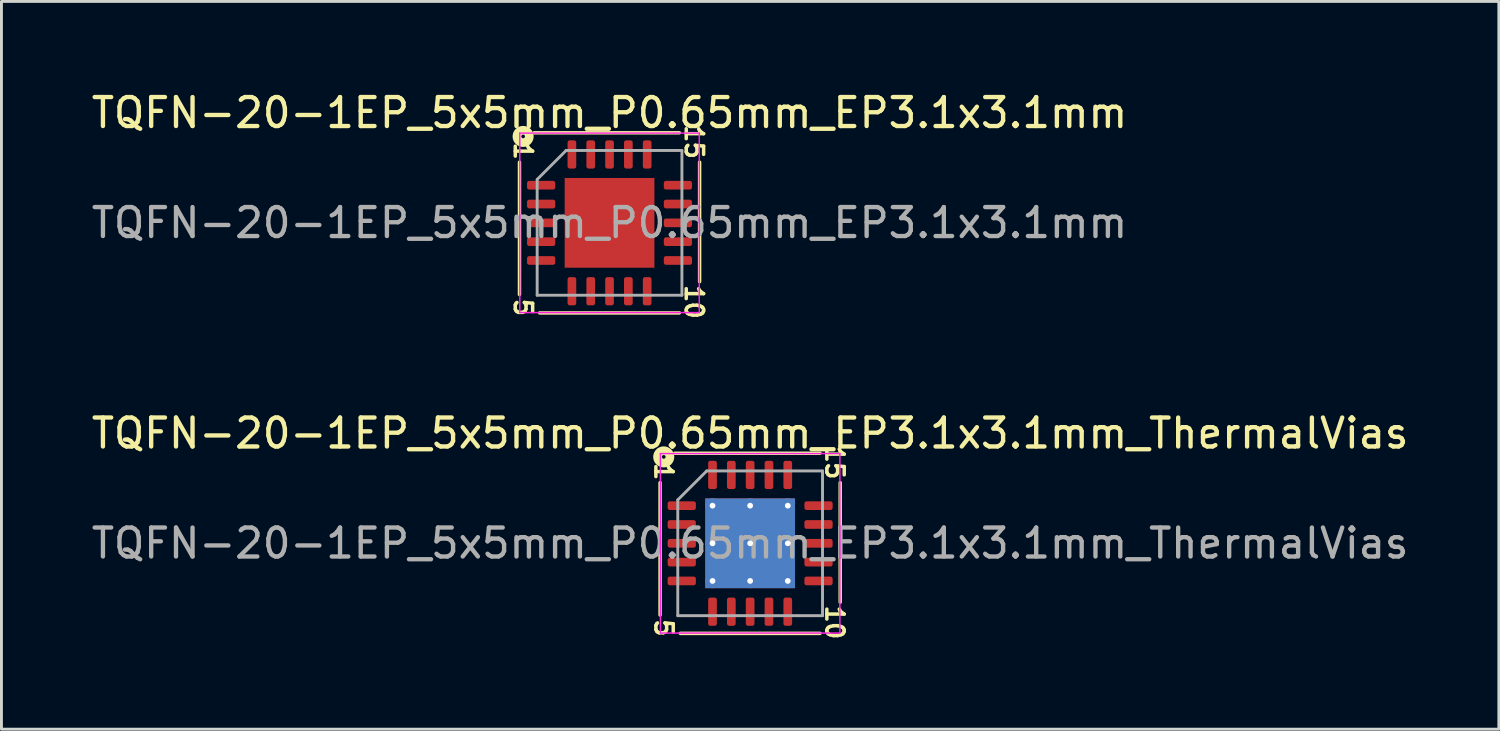
<source format=kicad_pcb>
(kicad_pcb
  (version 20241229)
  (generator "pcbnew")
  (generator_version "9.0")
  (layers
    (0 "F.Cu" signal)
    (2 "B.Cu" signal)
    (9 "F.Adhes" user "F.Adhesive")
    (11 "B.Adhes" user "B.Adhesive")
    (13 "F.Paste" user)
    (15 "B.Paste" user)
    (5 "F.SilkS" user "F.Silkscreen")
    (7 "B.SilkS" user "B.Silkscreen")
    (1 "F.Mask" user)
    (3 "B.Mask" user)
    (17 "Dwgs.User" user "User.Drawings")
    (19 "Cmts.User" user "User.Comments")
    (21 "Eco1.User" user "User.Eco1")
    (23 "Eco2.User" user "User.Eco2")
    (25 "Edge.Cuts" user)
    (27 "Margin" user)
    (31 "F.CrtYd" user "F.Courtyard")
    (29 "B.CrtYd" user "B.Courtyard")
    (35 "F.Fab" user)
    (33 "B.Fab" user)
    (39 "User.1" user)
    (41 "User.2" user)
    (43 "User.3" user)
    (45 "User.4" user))
  (footprint "TQFN-20-1EP_5x5mm_P0.65mm_EP3.1x3.1mm"
    (layer "F.Cu")
    (at 18.006 4.648)
    (property "Reference" "TQFN-20-1EP_5x5mm_P0.65mm_EP3.1x3.1mm" (at 0 -3.8 0) (layer "F.SilkS") (effects (font (size 1 1) (thickness 0.15))))
    (attr smd)
    (fp_line (start -3.111 -2.095) (end -3.111 2.477) (stroke (width 0.12) (type solid)) (layer "F.SilkS"))
    (fp_line (start -2.413 3.111) (end 2.413 3.111) (stroke (width 0.12) (type solid)) (layer "F.SilkS"))
    (fp_line (start 2.413 -3.111) (end -2.603 -3.111) (stroke (width 0.12) (type solid)) (layer "F.SilkS"))
    (fp_line (start 3.111 2.032) (end 3.111 -2.095) (stroke (width 0.12) (type solid)) (layer "F.SilkS"))
    (fp_circle (center -2.985 -2.985) (end -2.921 -2.985) (stroke (width 0.3) (type solid)) (fill no) (layer "F.SilkS"))
    (fp_line (start -3.1 -3.1) (end -3.1 3.1) (stroke (width 0.05) (type solid)) (layer "F.CrtYd"))
    (fp_line (start -3.1 3.1) (end 3.1 3.1) (stroke (width 0.05) (type solid)) (layer "F.CrtYd"))
    (fp_line (start 3.1 -3.1) (end -3.1 -3.1) (stroke (width 0.05) (type solid)) (layer "F.CrtYd"))
    (fp_line (start 3.1 3.1) (end 3.1 -3.1) (stroke (width 0.05) (type solid)) (layer "F.CrtYd"))
    (fp_line (start -2.5 -1.5) (end -1.5 -2.5) (stroke (width 0.1) (type solid)) (layer "F.Fab"))
    (fp_line (start -2.5 2.5) (end -2.5 -1.5) (stroke (width 0.1) (type solid)) (layer "F.Fab"))
    (fp_line (start -1.5 -2.5) (end 2.5 -2.5) (stroke (width 0.1) (type solid)) (layer "F.Fab"))
    (fp_line (start 2.5 -2.5) (end 2.5 2.5) (stroke (width 0.1) (type solid)) (layer "F.Fab"))
    (fp_line (start 2.5 2.5) (end -2.5 2.5) (stroke (width 0.1) (type solid)) (layer "F.Fab"))
    (fp_text user "10" (at 2.921 2.731 270) (unlocked yes) (layer "F.SilkS") (effects (font (size 0.6 0.6) (thickness 0.12))))
    (fp_text user "1" (at -2.985 -2.477 270) (unlocked yes) (layer "F.SilkS") (effects (font (size 0.6 0.6) (thickness 0.12))))
    (fp_text user "15" (at 2.921 -2.794 270) (unlocked yes) (layer "F.SilkS") (effects (font (size 0.6 0.6) (thickness 0.12))))
    (fp_text user "5" (at -2.985 2.921 270) (unlocked yes) (layer "F.SilkS") (effects (font (size 0.6 0.6) (thickness 0.12))))
    (fp_text user "${REFERENCE}" (at 0 0 0) (layer "F.Fab") (effects (font (size 1 1) (thickness 0.15))))
    (pad "" smd roundrect (at -0.775 -0.775) (size 1.25 1.25) (layers "F.Paste") (roundrect_rratio 0.2))
    (pad "" smd roundrect (at -0.775 0.775) (size 1.25 1.25) (layers "F.Paste") (roundrect_rratio 0.2))
    (pad "" smd roundrect (at 0.775 -0.775) (size 1.25 1.25) (layers "F.Paste") (roundrect_rratio 0.2))
    (pad "" smd roundrect (at 0.775 0.775) (size 1.25 1.25) (layers "F.Paste") (roundrect_rratio 0.2))
    (pad "1" smd roundrect (at -2.362 -1.3) (size 0.975 0.3) (layers "F.Cu" "F.Mask" "F.Paste") (roundrect_rratio 0.25))
    (pad "2" smd roundrect (at -2.362 -0.65) (size 0.975 0.3) (layers "F.Cu" "F.Mask" "F.Paste") (roundrect_rratio 0.25))
    (pad "3" smd roundrect (at -2.362 0) (size 0.975 0.3) (layers "F.Cu" "F.Mask" "F.Paste") (roundrect_rratio 0.25))
    (pad "4" smd roundrect (at -2.362 0.65) (size 0.975 0.3) (layers "F.Cu" "F.Mask" "F.Paste") (roundrect_rratio 0.25))
    (pad "5" smd roundrect (at -2.362 1.3) (size 0.975 0.3) (layers "F.Cu" "F.Mask" "F.Paste") (roundrect_rratio 0.25))
    (pad "6" smd roundrect (at -1.3 2.362) (size 0.3 0.975) (layers "F.Cu" "F.Mask" "F.Paste") (roundrect_rratio 0.25))
    (pad "7" smd roundrect (at -0.65 2.362) (size 0.3 0.975) (layers "F.Cu" "F.Mask" "F.Paste") (roundrect_rratio 0.25))
    (pad "8" smd roundrect (at 0 2.362) (size 0.3 0.975) (layers "F.Cu" "F.Mask" "F.Paste") (roundrect_rratio 0.25))
    (pad "9" smd roundrect (at 0.65 2.362) (size 0.3 0.975) (layers "F.Cu" "F.Mask" "F.Paste") (roundrect_rratio 0.25))
    (pad "10" smd roundrect (at 1.3 2.362) (size 0.3 0.975) (layers "F.Cu" "F.Mask" "F.Paste") (roundrect_rratio 0.25))
    (pad "11" smd roundrect (at 2.362 1.3) (size 0.975 0.3) (layers "F.Cu" "F.Mask" "F.Paste") (roundrect_rratio 0.25))
    (pad "12" smd roundrect (at 2.362 0.65) (size 0.975 0.3) (layers "F.Cu" "F.Mask" "F.Paste") (roundrect_rratio 0.25))
    (pad "13" smd roundrect (at 2.362 0) (size 0.975 0.3) (layers "F.Cu" "F.Mask" "F.Paste") (roundrect_rratio 0.25))
    (pad "14" smd roundrect (at 2.362 -0.65) (size 0.975 0.3) (layers "F.Cu" "F.Mask" "F.Paste") (roundrect_rratio 0.25))
    (pad "15" smd roundrect (at 2.362 -1.3) (size 0.975 0.3) (layers "F.Cu" "F.Mask" "F.Paste") (roundrect_rratio 0.25))
    (pad "16" smd roundrect (at 1.3 -2.362) (size 0.3 0.975) (layers "F.Cu" "F.Mask" "F.Paste") (roundrect_rratio 0.25))
    (pad "17" smd roundrect (at 0.65 -2.362) (size 0.3 0.975) (layers "F.Cu" "F.Mask" "F.Paste") (roundrect_rratio 0.25))
    (pad "18" smd roundrect (at 0 -2.362) (size 0.3 0.975) (layers "F.Cu" "F.Mask" "F.Paste") (roundrect_rratio 0.25))
    (pad "19" smd roundrect (at -0.65 -2.362) (size 0.3 0.975) (layers "F.Cu" "F.Mask" "F.Paste") (roundrect_rratio 0.25))
    (pad "20" smd roundrect (at -1.3 -2.362) (size 0.3 0.975) (layers "F.Cu" "F.Mask" "F.Paste") (roundrect_rratio 0.25))
    (pad "21" smd rect (at 0 0) (size 3.1 3.1) (layers "F.Cu" "F.Mask")))
  (footprint "TQFN-20-1EP_5x5mm_P0.65mm_EP3.1x3.1mm_ThermalVias"
    (layer "F.Cu")
    (at 22.863 15.718)
    (property "Reference" "TQFN-20-1EP_5x5mm_P0.65mm_EP3.1x3.1mm_ThermalVias" (at 0 -3.8 0) (layer "F.SilkS") (effects (font (size 1 1) (thickness 0.15))))
    (attr smd)
    (fp_line (start -3.111 -2.095) (end -3.111 2.477) (stroke (width 0.12) (type solid)) (layer "F.SilkS"))
    (fp_line (start -2.413 3.111) (end 2.413 3.111) (stroke (width 0.12) (type solid)) (layer "F.SilkS"))
    (fp_line (start 2.413 -3.111) (end -2.603 -3.111) (stroke (width 0.12) (type solid)) (layer "F.SilkS"))
    (fp_line (start 3.111 2.032) (end 3.111 -2.095) (stroke (width 0.12) (type solid)) (layer "F.SilkS"))
    (fp_circle (center -2.985 -2.985) (end -2.921 -2.985) (stroke (width 0.3) (type solid)) (fill no) (layer "F.SilkS"))
    (fp_line (start -3.1 -3.1) (end -3.1 3.1) (stroke (width 0.05) (type solid)) (layer "F.CrtYd"))
    (fp_line (start -3.1 3.1) (end 3.1 3.1) (stroke (width 0.05) (type solid)) (layer "F.CrtYd"))
    (fp_line (start 3.1 -3.1) (end -3.1 -3.1) (stroke (width 0.05) (type solid)) (layer "F.CrtYd"))
    (fp_line (start 3.1 3.1) (end 3.1 -3.1) (stroke (width 0.05) (type solid)) (layer "F.CrtYd"))
    (fp_line (start -2.5 -1.5) (end -1.5 -2.5) (stroke (width 0.1) (type solid)) (layer "F.Fab"))
    (fp_line (start -2.5 2.5) (end -2.5 -1.5) (stroke (width 0.1) (type solid)) (layer "F.Fab"))
    (fp_line (start -1.5 -2.5) (end 2.5 -2.5) (stroke (width 0.1) (type solid)) (layer "F.Fab"))
    (fp_line (start 2.5 -2.5) (end 2.5 2.5) (stroke (width 0.1) (type solid)) (layer "F.Fab"))
    (fp_line (start 2.5 2.5) (end -2.5 2.5) (stroke (width 0.1) (type solid)) (layer "F.Fab"))
    (fp_text user "5" (at -2.985 2.921 270) (unlocked yes) (layer "F.SilkS") (effects (font (size 0.6 0.6) (thickness 0.12))))
    (fp_text user "1" (at -2.985 -2.477 270) (unlocked yes) (layer "F.SilkS") (effects (font (size 0.6 0.6) (thickness 0.12))))
    (fp_text user "15" (at 2.921 -2.794 270) (unlocked yes) (layer "F.SilkS") (effects (font (size 0.6 0.6) (thickness 0.12))))
    (fp_text user "10" (at 2.921 2.731 270) (unlocked yes) (layer "F.SilkS") (effects (font (size 0.6 0.6) (thickness 0.12))))
    (fp_text user "${REFERENCE}" (at 0 0 0) (layer "F.Fab") (effects (font (size 1 1) (thickness 0.15))))
    (pad "" smd roundrect (at -0.775 -0.775) (size 1.34 1.34) (layers "F.Paste") (roundrect_rratio 0.187))
    (pad "" smd roundrect (at -0.775 0.775) (size 1.34 1.34) (layers "F.Paste") (roundrect_rratio 0.187))
    (pad "" smd roundrect (at 0.775 -0.775) (size 1.34 1.34) (layers "F.Paste") (roundrect_rratio 0.187))
    (pad "" smd roundrect (at 0.775 0.775) (size 1.34 1.34) (layers "F.Paste") (roundrect_rratio 0.187))
    (pad "1" smd roundrect (at -2.362 -1.3) (size 0.975 0.3) (layers "F.Cu" "F.Mask" "F.Paste") (roundrect_rratio 0.25))
    (pad "2" smd roundrect (at -2.362 -0.65) (size 0.975 0.3) (layers "F.Cu" "F.Mask" "F.Paste") (roundrect_rratio 0.25))
    (pad "3" smd roundrect (at -2.362 0) (size 0.975 0.3) (layers "F.Cu" "F.Mask" "F.Paste") (roundrect_rratio 0.25))
    (pad "4" smd roundrect (at -2.362 0.65) (size 0.975 0.3) (layers "F.Cu" "F.Mask" "F.Paste") (roundrect_rratio 0.25))
    (pad "5" smd roundrect (at -2.362 1.3) (size 0.975 0.3) (layers "F.Cu" "F.Mask" "F.Paste") (roundrect_rratio 0.25))
    (pad "6" smd roundrect (at -1.3 2.362) (size 0.3 0.975) (layers "F.Cu" "F.Mask" "F.Paste") (roundrect_rratio 0.25))
    (pad "7" smd roundrect (at -0.65 2.362) (size 0.3 0.975) (layers "F.Cu" "F.Mask" "F.Paste") (roundrect_rratio 0.25))
    (pad "8" smd roundrect (at 0 2.362) (size 0.3 0.975) (layers "F.Cu" "F.Mask" "F.Paste") (roundrect_rratio 0.25))
    (pad "9" smd roundrect (at 0.65 2.362) (size 0.3 0.975) (layers "F.Cu" "F.Mask" "F.Paste") (roundrect_rratio 0.25))
    (pad "10" smd roundrect (at 1.3 2.362) (size 0.3 0.975) (layers "F.Cu" "F.Mask" "F.Paste") (roundrect_rratio 0.25))
    (pad "11" smd roundrect (at 2.362 1.3) (size 0.975 0.3) (layers "F.Cu" "F.Mask" "F.Paste") (roundrect_rratio 0.25))
    (pad "12" smd roundrect (at 2.362 0.65) (size 0.975 0.3) (layers "F.Cu" "F.Mask" "F.Paste") (roundrect_rratio 0.25))
    (pad "13" smd roundrect (at 2.362 0) (size 0.975 0.3) (layers "F.Cu" "F.Mask" "F.Paste") (roundrect_rratio 0.25))
    (pad "14" smd roundrect (at 2.362 -0.65) (size 0.975 0.3) (layers "F.Cu" "F.Mask" "F.Paste") (roundrect_rratio 0.25))
    (pad "15" smd roundrect (at 2.362 -1.3) (size 0.975 0.3) (layers "F.Cu" "F.Mask" "F.Paste") (roundrect_rratio 0.25))
    (pad "16" smd roundrect (at 1.3 -2.362) (size 0.3 0.975) (layers "F.Cu" "F.Mask" "F.Paste") (roundrect_rratio 0.25))
    (pad "17" smd roundrect (at 0.65 -2.362) (size 0.3 0.975) (layers "F.Cu" "F.Mask" "F.Paste") (roundrect_rratio 0.25))
    (pad "18" smd roundrect (at 0 -2.362) (size 0.3 0.975) (layers "F.Cu" "F.Mask" "F.Paste") (roundrect_rratio 0.25))
    (pad "19" smd roundrect (at -0.65 -2.362) (size 0.3 0.975) (layers "F.Cu" "F.Mask" "F.Paste") (roundrect_rratio 0.25))
    (pad "20" smd roundrect (at -1.3 -2.362) (size 0.3 0.975) (layers "F.Cu" "F.Mask" "F.Paste") (roundrect_rratio 0.25))
    (pad "21" thru_hole circle (at -1.3 -1.3) (size 0.5 0.5) (drill 0.2) (layers "*.Cu"))
    (pad "21" thru_hole circle (at -1.3 0) (size 0.5 0.5) (drill 0.2) (layers "*.Cu"))
    (pad "21" thru_hole circle (at -1.3 1.3) (size 0.5 0.5) (drill 0.2) (layers "*.Cu"))
    (pad "21" thru_hole circle (at 0 -1.3) (size 0.5 0.5) (drill 0.2) (layers "*.Cu"))
    (pad "21" thru_hole circle (at 0 0) (size 0.5 0.5) (drill 0.2) (layers "*.Cu"))
    (pad "21" smd rect (at 0 0) (size 3.1 3.1) (layers "F.Cu" "F.Mask"))
    (pad "21" smd rect (at 0 0) (size 3.1 3.1) (layers "B.Cu" "B.Mask"))
    (pad "21" thru_hole circle (at 0 1.3) (size 0.5 0.5) (drill 0.2) (layers "*.Cu"))
    (pad "21" thru_hole circle (at 1.3 -1.3) (size 0.5 0.5) (drill 0.2) (layers "*.Cu"))
    (pad "21" thru_hole circle (at 1.3 0) (size 0.5 0.5) (drill 0.2) (layers "*.Cu"))
    (pad "21" thru_hole circle (at 1.3 1.3) (size 0.5 0.5) (drill 0.2) (layers "*.Cu")))
  (gr_rect
    (start -3 -3)
    (end 48.726 22.14)
    (stroke (width 0.1) (type default))
    (fill no)
    (layer "Edge.Cuts")))
</source>
